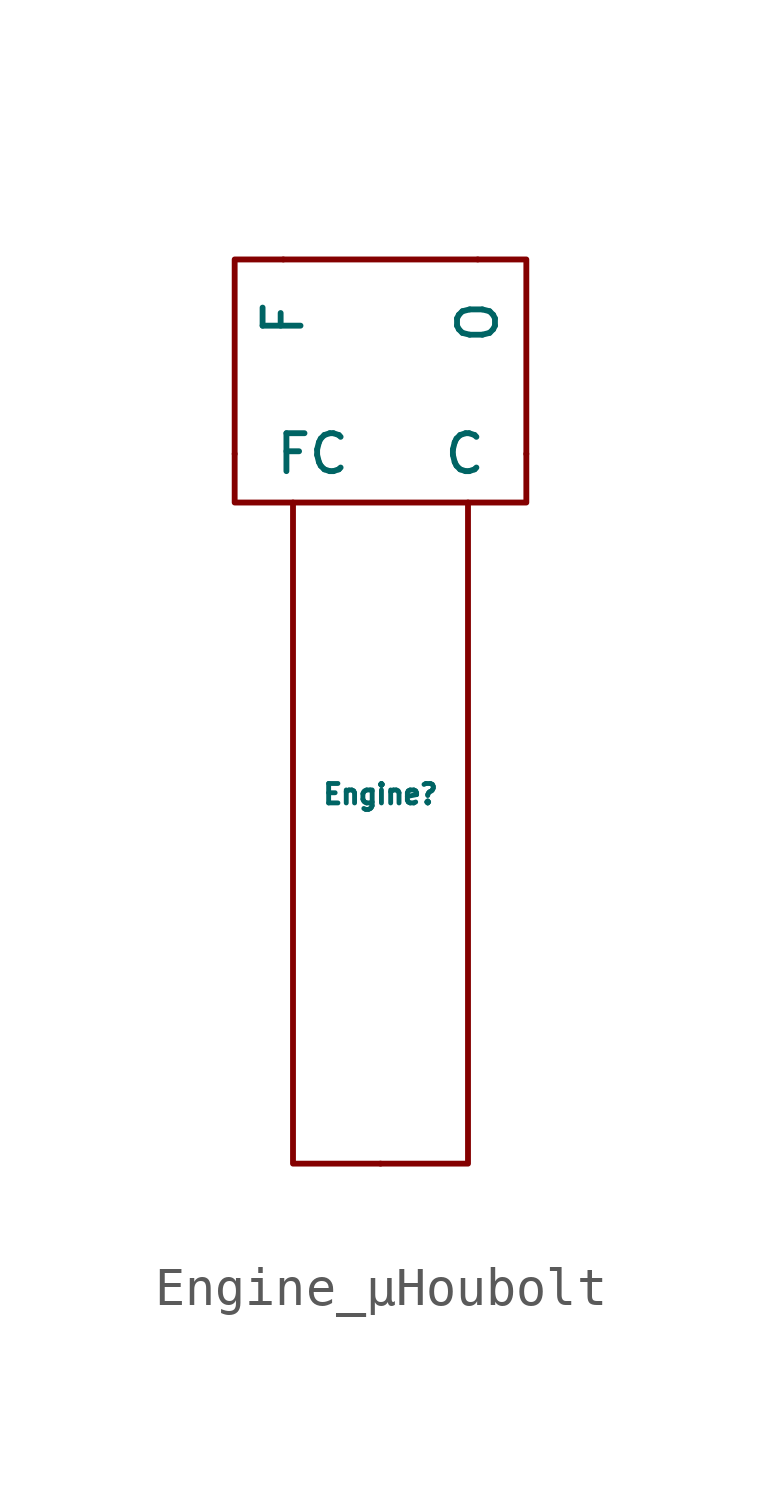
<source format=kicad_sym>
(kicad_symbol_lib
  (version 20211014)
  (generator kicad_symbol_editor)
  (symbol "Engine_µHoubolt"
    (pin_numbers hide)
    (pin_names
      (offset 1.016))
    (property "Reference" "Engine"
      (at 0 -11.43 0)
      (effects (font (size 0.508 0.508))))
    (symbol "Engine_µHoubolt_0_0"
      (rectangle (start -3.81 2.54) (end 3.81 -3.81) (stroke (width 0) (type default) (color 0 0 0 0)) (fill (type none))))
    (symbol "Engine_µHoubolt_0_1"
      (polyline (pts (xy 2.286 -3.81) (xy 2.286 -21.082) (xy 0 -21.082)) (stroke (width 0) (type default) (color 0 0 0 0)) (fill (type none))))
    (symbol "Engine_µHoubolt_1_1"
      (polyline (pts (xy -2.286 -3.81) (xy -2.286 -21.082) (xy 0 -21.082)) (stroke (width 0) (type default) (color 0 0 0 0)) (fill (type none)))
      (pin bidirectional line (at 3.81 -2.54 180) (length 0) (name "C" (effects (font (size 0.991 0.991)))) (number "~" (effects (font (size 1.27 1.27)))))
      (pin input line (at -2.54 2.54 270) (length 0) (name "F" (effects (font (size 0.991 0.991)))) (number "~" (effects (font (size 1.27 1.27)))))
      (pin input line (at -3.81 -2.54 0) (length 0) (name "FC" (effects (font (size 0.991 0.991)))) (number "~" (effects (font (size 1.27 1.27)))))
      (pin input line (at 2.54 2.54 270) (length 0) (name "O" (effects (font (size 0.991 0.991)))) (number "~" (effects (font (size 1.27 1.27))))))))
</source>
